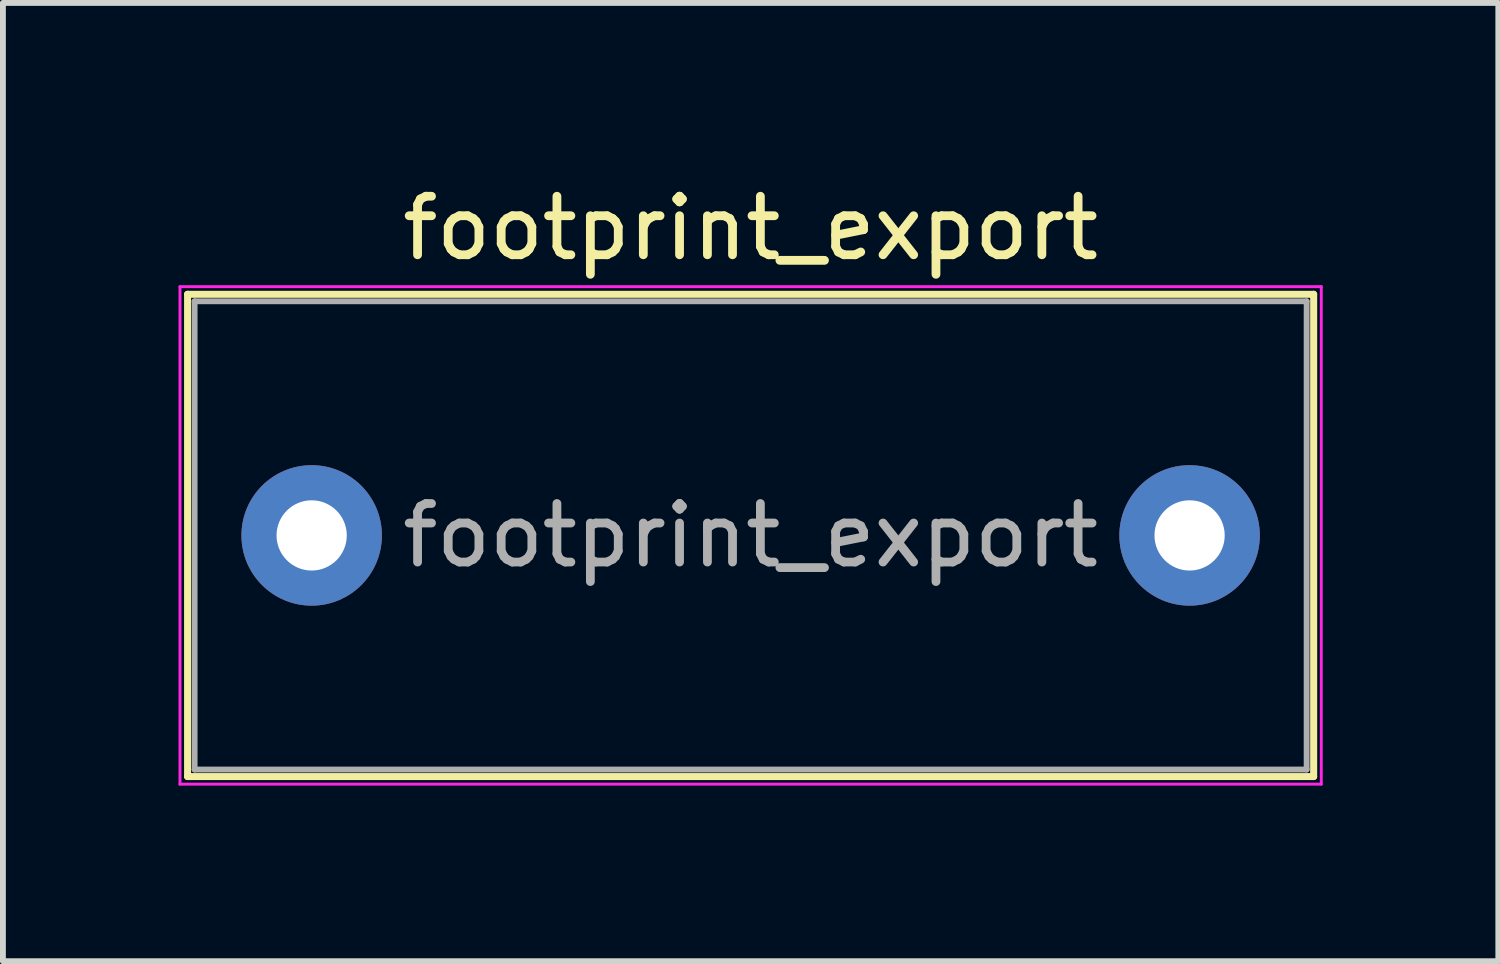
<source format=kicad_pcb>
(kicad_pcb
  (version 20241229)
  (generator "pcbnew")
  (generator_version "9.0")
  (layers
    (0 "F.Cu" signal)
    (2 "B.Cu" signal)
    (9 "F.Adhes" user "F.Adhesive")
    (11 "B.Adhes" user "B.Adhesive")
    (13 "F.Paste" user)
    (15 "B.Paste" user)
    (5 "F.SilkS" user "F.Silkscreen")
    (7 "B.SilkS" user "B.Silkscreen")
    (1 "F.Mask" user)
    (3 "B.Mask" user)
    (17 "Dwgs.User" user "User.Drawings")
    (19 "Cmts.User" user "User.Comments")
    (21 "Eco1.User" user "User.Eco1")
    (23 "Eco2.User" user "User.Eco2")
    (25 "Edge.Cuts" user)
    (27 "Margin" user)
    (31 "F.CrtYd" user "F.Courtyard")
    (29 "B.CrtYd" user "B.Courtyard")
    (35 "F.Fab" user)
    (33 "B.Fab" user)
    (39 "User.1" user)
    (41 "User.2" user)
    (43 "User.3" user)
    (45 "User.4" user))
  (footprint "footprint_export"
    (layer "F.Cu")
    (at 2.275 6.098)
    (property "Reference" "footprint_export" (at 7.5 -5.25 0) (layer "F.SilkS") (effects (font (size 1 1) (thickness 0.15))))
    (attr through_hole)
    (fp_line (start -2.12 -4.12) (end -2.12 4.12) (stroke (width 0.12) (type solid)) (layer "F.SilkS"))
    (fp_line (start -2.12 -4.12) (end 17.12 -4.12) (stroke (width 0.12) (type solid)) (layer "F.SilkS"))
    (fp_line (start -2.12 4.12) (end 17.12 4.12) (stroke (width 0.12) (type solid)) (layer "F.SilkS"))
    (fp_line (start 17.12 -4.12) (end 17.12 4.12) (stroke (width 0.12) (type solid)) (layer "F.SilkS"))
    (fp_line (start -2.25 -4.25) (end -2.25 4.25) (stroke (width 0.05) (type solid)) (layer "F.CrtYd"))
    (fp_line (start -2.25 4.25) (end 17.25 4.25) (stroke (width 0.05) (type solid)) (layer "F.CrtYd"))
    (fp_line (start 17.25 -4.25) (end -2.25 -4.25) (stroke (width 0.05) (type solid)) (layer "F.CrtYd"))
    (fp_line (start 17.25 4.25) (end 17.25 -4.25) (stroke (width 0.05) (type solid)) (layer "F.CrtYd"))
    (fp_line (start -2 -4) (end -2 4) (stroke (width 0.1) (type solid)) (layer "F.Fab"))
    (fp_line (start -2 4) (end 17 4) (stroke (width 0.1) (type solid)) (layer "F.Fab"))
    (fp_line (start 17 -4) (end -2 -4) (stroke (width 0.1) (type solid)) (layer "F.Fab"))
    (fp_line (start 17 4) (end 17 -4) (stroke (width 0.1) (type solid)) (layer "F.Fab"))
    (fp_text user "${REFERENCE}" (at 7.5 0 0) (layer "F.Fab") (effects (font (size 1 1) (thickness 0.15))))
    (pad "1" thru_hole circle (at 0 0) (size 2.4 2.4) (drill 1.2) (layers "*.Cu" "*.Mask"))
    (pad "2" thru_hole circle (at 15 0) (size 2.4 2.4) (drill 1.2) (layers "*.Cu" "*.Mask")))
  (gr_rect
    (start -3 -3)
    (end 22.55 13.373)
    (stroke (width 0.1) (type default))
    (fill no)
    (layer "Edge.Cuts")))
</source>
